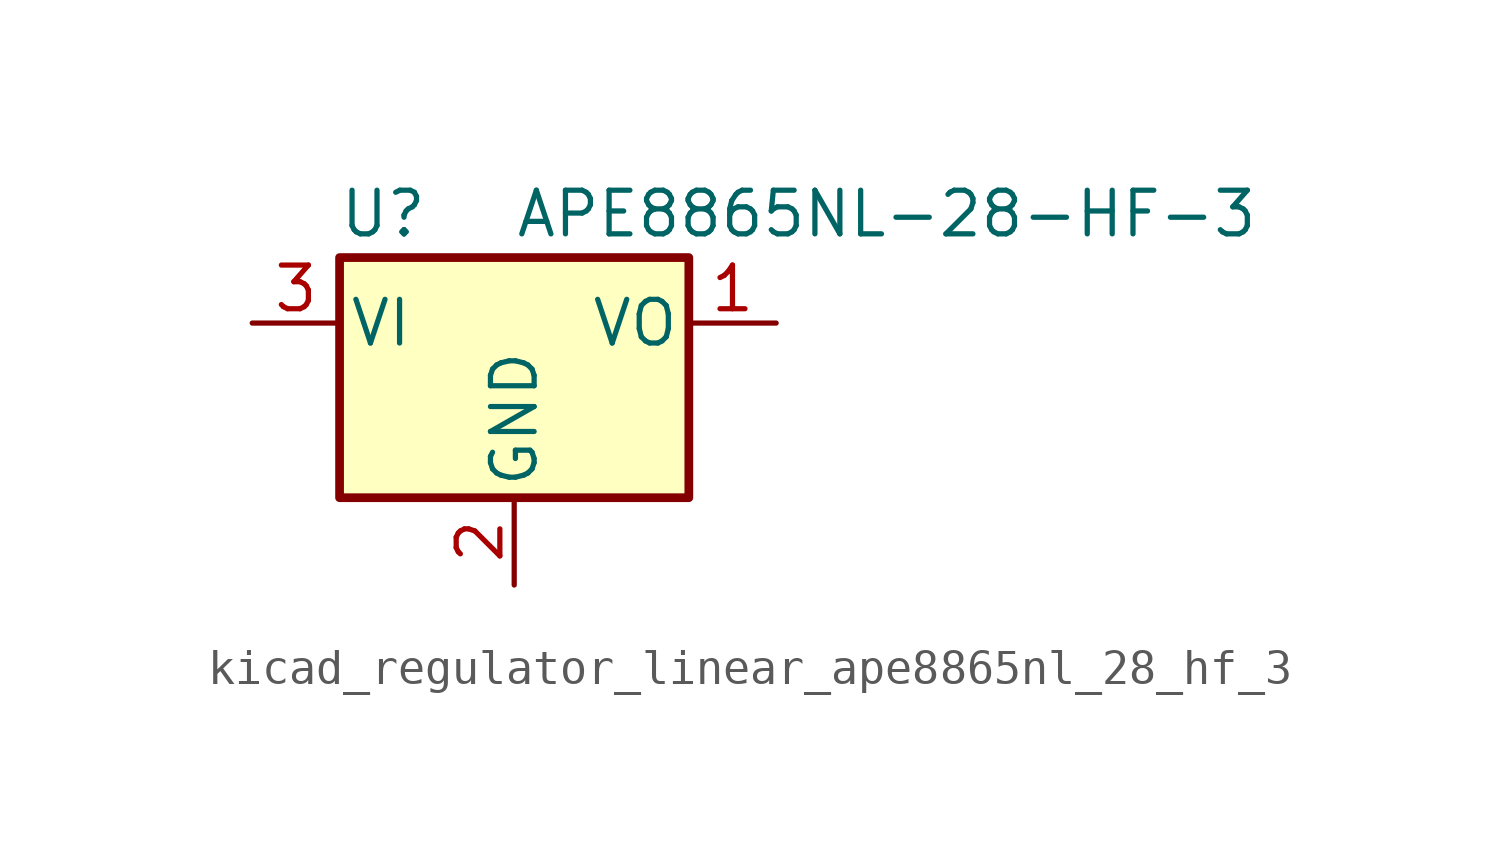
<source format=kicad_sym>
(kicad_symbol_lib
  (version 20220914)
  (generator kicad_symbol_editor)
  (symbol "kicad_regulator_linear_ape8865nl_28_hf_3"
    (pin_names
      (offset 0.254))
    (property "Reference" "U"
      (at -3.81 3.175 0)
      (effects (font (size 1.27 1.27))))
    (property "Value" "APE8865NL-28-HF-3"
      (at 0 3.175 0)
      (effects (font (size 1.27 1.27)) (justify left)))
    (symbol "kicad_regulator_linear_ape8865nl_28_hf_3_0_1"
      (rectangle (start -5.08 1.905) (end 5.08 -5.08) (stroke (width 0.254) (type default)) (fill (type background))))
    (symbol "kicad_regulator_linear_ape8865nl_28_hf_3_1_1"
      (pin power_out line (at 7.62 0 180) (length 2.54) (name "VO" (effects (font (size 1.27 1.27)))) (number "1" (effects (font (size 1.27 1.27)))))
      (pin power_in line (at 0 -7.62 90) (length 2.54) (name "GND" (effects (font (size 1.27 1.27)))) (number "2" (effects (font (size 1.27 1.27)))))
      (pin power_in line (at -7.62 0 0) (length 2.54) (name "VI" (effects (font (size 1.27 1.27)))) (number "3" (effects (font (size 1.27 1.27))))))))
</source>
